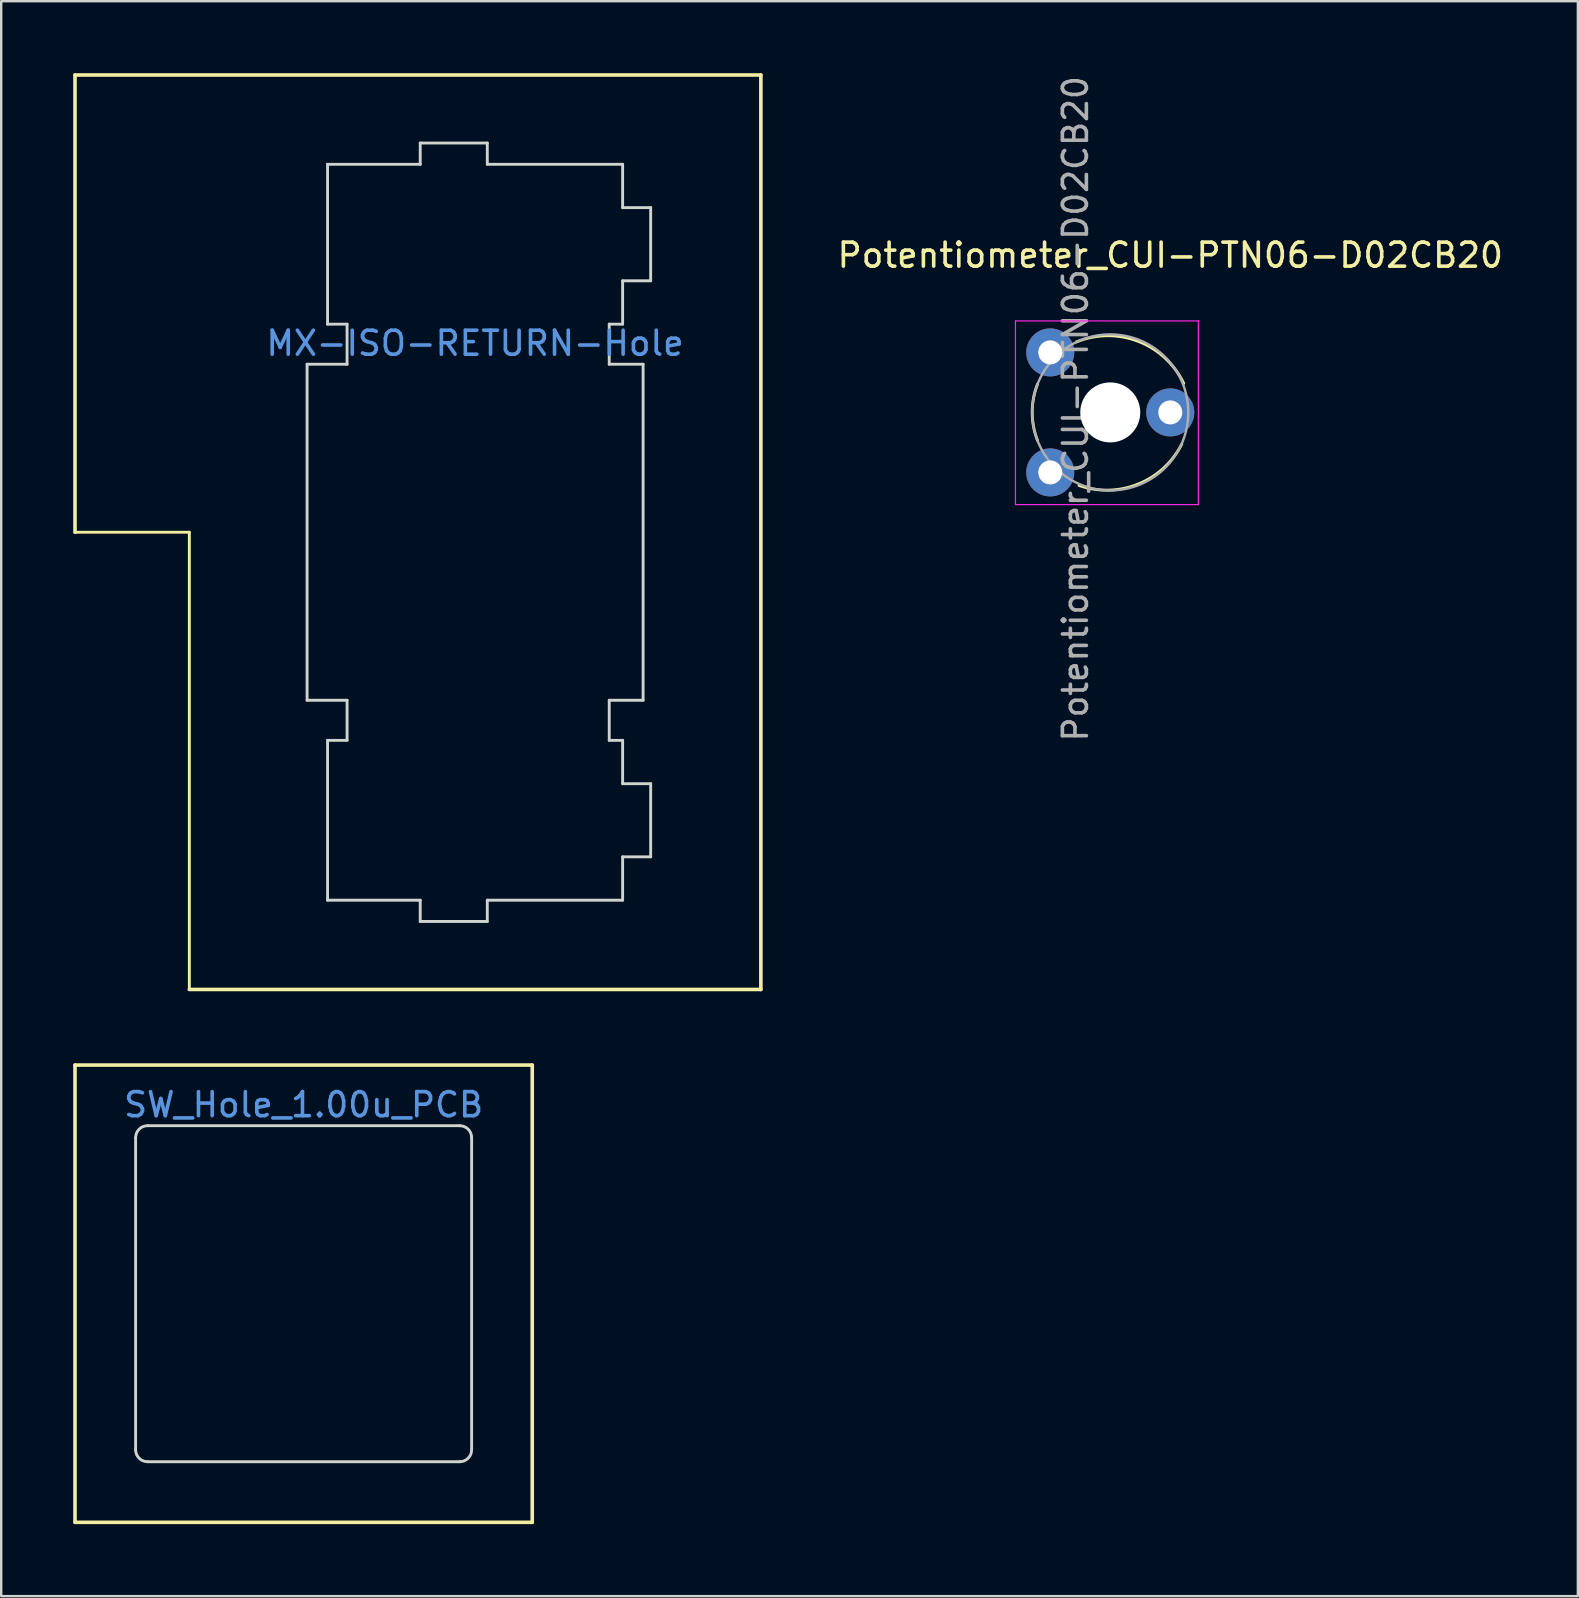
<source format=kicad_pcb>
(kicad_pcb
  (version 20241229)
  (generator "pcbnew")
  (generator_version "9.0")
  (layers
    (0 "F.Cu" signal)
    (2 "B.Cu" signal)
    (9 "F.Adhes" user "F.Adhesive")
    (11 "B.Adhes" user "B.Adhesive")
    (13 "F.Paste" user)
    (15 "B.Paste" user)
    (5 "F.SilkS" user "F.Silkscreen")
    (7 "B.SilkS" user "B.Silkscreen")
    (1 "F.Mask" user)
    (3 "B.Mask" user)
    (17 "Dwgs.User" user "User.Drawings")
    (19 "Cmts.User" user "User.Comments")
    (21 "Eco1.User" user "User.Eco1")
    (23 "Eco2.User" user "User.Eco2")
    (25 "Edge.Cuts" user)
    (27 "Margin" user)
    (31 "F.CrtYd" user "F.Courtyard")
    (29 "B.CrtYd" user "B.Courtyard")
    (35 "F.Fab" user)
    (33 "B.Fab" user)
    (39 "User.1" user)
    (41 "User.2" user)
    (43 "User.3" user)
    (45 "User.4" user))
  (footprint "SW_Hole_1.00u_PCB"
    (layer "F.Cu")
    (at 9.6 50.85)
    (property "Reference" "SW_Hole_1.00u_PCB" (at 0 -7.874 0) (layer "Cmts.User") (effects (font (size 1 1) (thickness 0.15))))
    (attr through_hole)
    (fp_line (start -9.525 -9.525) (end 9.525 -9.525) (stroke (width 0.15) (type solid)) (layer "F.SilkS"))
    (fp_line (start -9.525 9.525) (end -9.525 -9.525) (stroke (width 0.15) (type solid)) (layer "F.SilkS"))
    (fp_line (start 9.525 -9.525) (end 9.525 9.525) (stroke (width 0.15) (type solid)) (layer "F.SilkS"))
    (fp_line (start 9.525 9.525) (end -9.525 9.525) (stroke (width 0.15) (type solid)) (layer "F.SilkS"))
    (fp_line (start -7 -6.5) (end -7 6.5) (stroke (width 0.12) (type solid)) (layer "Edge.Cuts"))
    (fp_line (start -6.5 -7) (end 6.5 -7) (stroke (width 0.12) (type solid)) (layer "Edge.Cuts"))
    (fp_line (start -6.5 7) (end 6.5 7) (stroke (width 0.12) (type solid)) (layer "Edge.Cuts"))
    (fp_line (start 7 -6.5) (end 7 6.5) (stroke (width 0.12) (type solid)) (layer "Edge.Cuts"))
    (fp_arc (start -7 -6.5) (mid -6.853553 -6.853553) (end -6.5 -7) (stroke (width 0.12) (type solid)) (layer "Edge.Cuts"))
    (fp_arc (start -6.5 7) (mid -6.853553 6.853553) (end -7 6.5) (stroke (width 0.12) (type solid)) (layer "Edge.Cuts"))
    (fp_arc (start 6.5 -7) (mid 6.853553 -6.853553) (end 7 -6.5) (stroke (width 0.12) (type solid)) (layer "Edge.Cuts"))
    (fp_arc (start 7 6.5) (mid 6.853553 6.853553) (end 6.5 7) (stroke (width 0.12) (type solid)) (layer "Edge.Cuts")))
  (footprint "Potentiometer_CUI-PTN06-D02CB20"
    (layer "F.Cu")
    (at 40.707 16.632)
    (property "Reference" "Potentiometer_CUI-PTN06-D02CB20" (at 5 -9.05 0) (layer "F.SilkS") (effects (font (size 1 1) (thickness 0.15))))
    (attr through_hole)
    (fp_arc (start -0.528963 -1.326847) (mid -0.752496 -2.504231) (end -0.528963 -3.681615) (stroke (width 0.12) (type solid)) (layer "F.SilkS"))
    (fp_arc (start 1.086196 -5.434853) (mid 3.665499 -5.460523) (end 5.559999 -3.71) (stroke (width 0.12) (type solid)) (layer "F.SilkS"))
    (fp_arc (start 5.479999 -1.18) (mid 3.664446 0.486039) (end 1.201011 0.544421) (stroke (width 0.12) (type solid)) (layer "F.SilkS"))
    (fp_line (start -1.45 -6.31) (end -1.45 1.34) (stroke (width 0.05) (type solid)) (layer "F.CrtYd"))
    (fp_line (start -1.45 1.34) (end 6.17 1.34) (stroke (width 0.05) (type solid)) (layer "F.CrtYd"))
    (fp_line (start 6.17 -6.31) (end -1.45 -6.31) (stroke (width 0.05) (type solid)) (layer "F.CrtYd"))
    (fp_line (start 6.17 1.34) (end 6.17 -6.31) (stroke (width 0.05) (type solid)) (layer "F.CrtYd"))
    (fp_circle (center 2.5 -2.5) (end 5.75 -2.5) (stroke (width 0.1) (type solid)) (fill no) (layer "F.Fab"))
    (fp_text user "${REFERENCE}" (at 1.05 -2.65 90) (layer "F.Fab") (effects (font (size 1 1) (thickness 0.15))))
    (pad "" np_thru_hole circle (at 2.5 -2.5) (size 2.5 2.5) (drill 2.5) (layers "*.Cu" "*.Mask"))
    (pad "1" thru_hole circle (at 0 0) (size 2 2) (drill 1) (layers "*.Cu" "*.Mask"))
    (pad "2" thru_hole circle (at 5 -2.5) (size 2 2) (drill 1) (layers "*.Cu" "*.Mask"))
    (pad "3" thru_hole circle (at 0 -5) (size 2 2) (drill 1) (layers "*.Cu" "*.Mask")))
  (footprint "MX-ISO-RETURN-Hole"
    (layer "F.Cu")
    (at 16.744 19.125)
    (property "Reference" "MX-ISO-RETURN-Hole" (at 0 -7.874 0) (layer "Cmts.User") (effects (font (size 1 1) (thickness 0.15))))
    (attr through_hole)
    (fp_line (start -16.669 -19.05) (end 11.906 -19.05) (stroke (width 0.15) (type solid)) (layer "F.SilkS"))
    (fp_line (start -16.669 0) (end -16.669 -19.05) (stroke (width 0.15) (type solid)) (layer "F.SilkS"))
    (fp_line (start -11.906 0) (end -16.669 0) (stroke (width 0.12) (type solid)) (layer "F.SilkS"))
    (fp_line (start -11.906 19.05) (end -11.906 0) (stroke (width 0.12) (type solid)) (layer "F.SilkS"))
    (fp_line (start 11.906 -19.05) (end 11.906 19.05) (stroke (width 0.15) (type solid)) (layer "F.SilkS"))
    (fp_line (start 11.906 19.05) (end -11.906 19.05) (stroke (width 0.15) (type solid)) (layer "F.SilkS"))
    (fp_line (start -7 -7) (end -5.334 -7) (stroke (width 0.12) (type solid)) (layer "Edge.Cuts"))
    (fp_line (start -7 7) (end -7 -7) (stroke (width 0.12) (type solid)) (layer "Edge.Cuts"))
    (fp_line (start -7 7) (end -5.334 7) (stroke (width 0.12) (type solid)) (layer "Edge.Cuts"))
    (fp_line (start -6.147 -15.33) (end -2.286 -15.33) (stroke (width 0.12) (type solid)) (layer "Edge.Cuts"))
    (fp_line (start -6.147 -8.67) (end -6.147 -15.33) (stroke (width 0.12) (type solid)) (layer "Edge.Cuts"))
    (fp_line (start -6.147 -8.67) (end -5.334 -8.67) (stroke (width 0.12) (type solid)) (layer "Edge.Cuts"))
    (fp_line (start -6.147 8.67) (end -6.147 15.33) (stroke (width 0.12) (type solid)) (layer "Edge.Cuts"))
    (fp_line (start -6.147 8.67) (end -5.334 8.67) (stroke (width 0.12) (type solid)) (layer "Edge.Cuts"))
    (fp_line (start -6.147 15.33) (end -2.286 15.33) (stroke (width 0.12) (type solid)) (layer "Edge.Cuts"))
    (fp_line (start -5.334 -8.67) (end -5.334 -7) (stroke (width 0.12) (type solid)) (layer "Edge.Cuts"))
    (fp_line (start -5.334 8.67) (end -5.334 7) (stroke (width 0.12) (type solid)) (layer "Edge.Cuts"))
    (fp_line (start -2.286 -16.216) (end 0.508 -16.216) (stroke (width 0.12) (type solid)) (layer "Edge.Cuts"))
    (fp_line (start -2.286 -15.33) (end -2.286 -16.216) (stroke (width 0.12) (type solid)) (layer "Edge.Cuts"))
    (fp_line (start -2.286 15.33) (end -2.286 16.216) (stroke (width 0.12) (type solid)) (layer "Edge.Cuts"))
    (fp_line (start -2.286 16.216) (end 0.508 16.216) (stroke (width 0.12) (type solid)) (layer "Edge.Cuts"))
    (fp_line (start 0.508 -15.33) (end 0.508 -16.216) (stroke (width 0.12) (type solid)) (layer "Edge.Cuts"))
    (fp_line (start 0.508 -15.33) (end 6.147 -15.33) (stroke (width 0.12) (type solid)) (layer "Edge.Cuts"))
    (fp_line (start 0.508 15.33) (end 0.508 16.216) (stroke (width 0.12) (type solid)) (layer "Edge.Cuts"))
    (fp_line (start 0.508 15.33) (end 6.147 15.33) (stroke (width 0.12) (type solid)) (layer "Edge.Cuts"))
    (fp_line (start 5.588 -8.67) (end 5.588 -7) (stroke (width 0.12) (type solid)) (layer "Edge.Cuts"))
    (fp_line (start 5.588 8.67) (end 5.588 7) (stroke (width 0.12) (type solid)) (layer "Edge.Cuts"))
    (fp_line (start 6.147 -13.524) (end 6.147 -15.33) (stroke (width 0.12) (type solid)) (layer "Edge.Cuts"))
    (fp_line (start 6.147 -13.524) (end 7.315 -13.524) (stroke (width 0.12) (type solid)) (layer "Edge.Cuts"))
    (fp_line (start 6.147 -10.476) (end 7.315 -10.476) (stroke (width 0.12) (type solid)) (layer "Edge.Cuts"))
    (fp_line (start 6.147 -8.67) (end 5.588 -8.67) (stroke (width 0.12) (type solid)) (layer "Edge.Cuts"))
    (fp_line (start 6.147 -8.67) (end 6.147 -10.476) (stroke (width 0.12) (type solid)) (layer "Edge.Cuts"))
    (fp_line (start 6.147 8.67) (end 5.588 8.67) (stroke (width 0.12) (type solid)) (layer "Edge.Cuts"))
    (fp_line (start 6.147 8.67) (end 6.147 10.476) (stroke (width 0.12) (type solid)) (layer "Edge.Cuts"))
    (fp_line (start 6.147 10.476) (end 7.315 10.476) (stroke (width 0.12) (type solid)) (layer "Edge.Cuts"))
    (fp_line (start 6.147 13.524) (end 6.147 15.33) (stroke (width 0.12) (type solid)) (layer "Edge.Cuts"))
    (fp_line (start 6.147 13.524) (end 7.315 13.524) (stroke (width 0.12) (type solid)) (layer "Edge.Cuts"))
    (fp_line (start 7 -7) (end 5.588 -7) (stroke (width 0.12) (type solid)) (layer "Edge.Cuts"))
    (fp_line (start 7 7) (end 5.588 7) (stroke (width 0.12) (type solid)) (layer "Edge.Cuts"))
    (fp_line (start 7 7) (end 7 -7) (stroke (width 0.12) (type solid)) (layer "Edge.Cuts"))
    (fp_line (start 7.315 -10.476) (end 7.315 -13.524) (stroke (width 0.12) (type solid)) (layer "Edge.Cuts"))
    (fp_line (start 7.315 10.476) (end 7.315 13.524) (stroke (width 0.12) (type solid)) (layer "Edge.Cuts")))
  (gr_rect
    (start -3 -3)
    (end 62.689 63.45)
    (stroke (width 0.1) (type default))
    (fill no)
    (layer "Edge.Cuts")))
</source>
